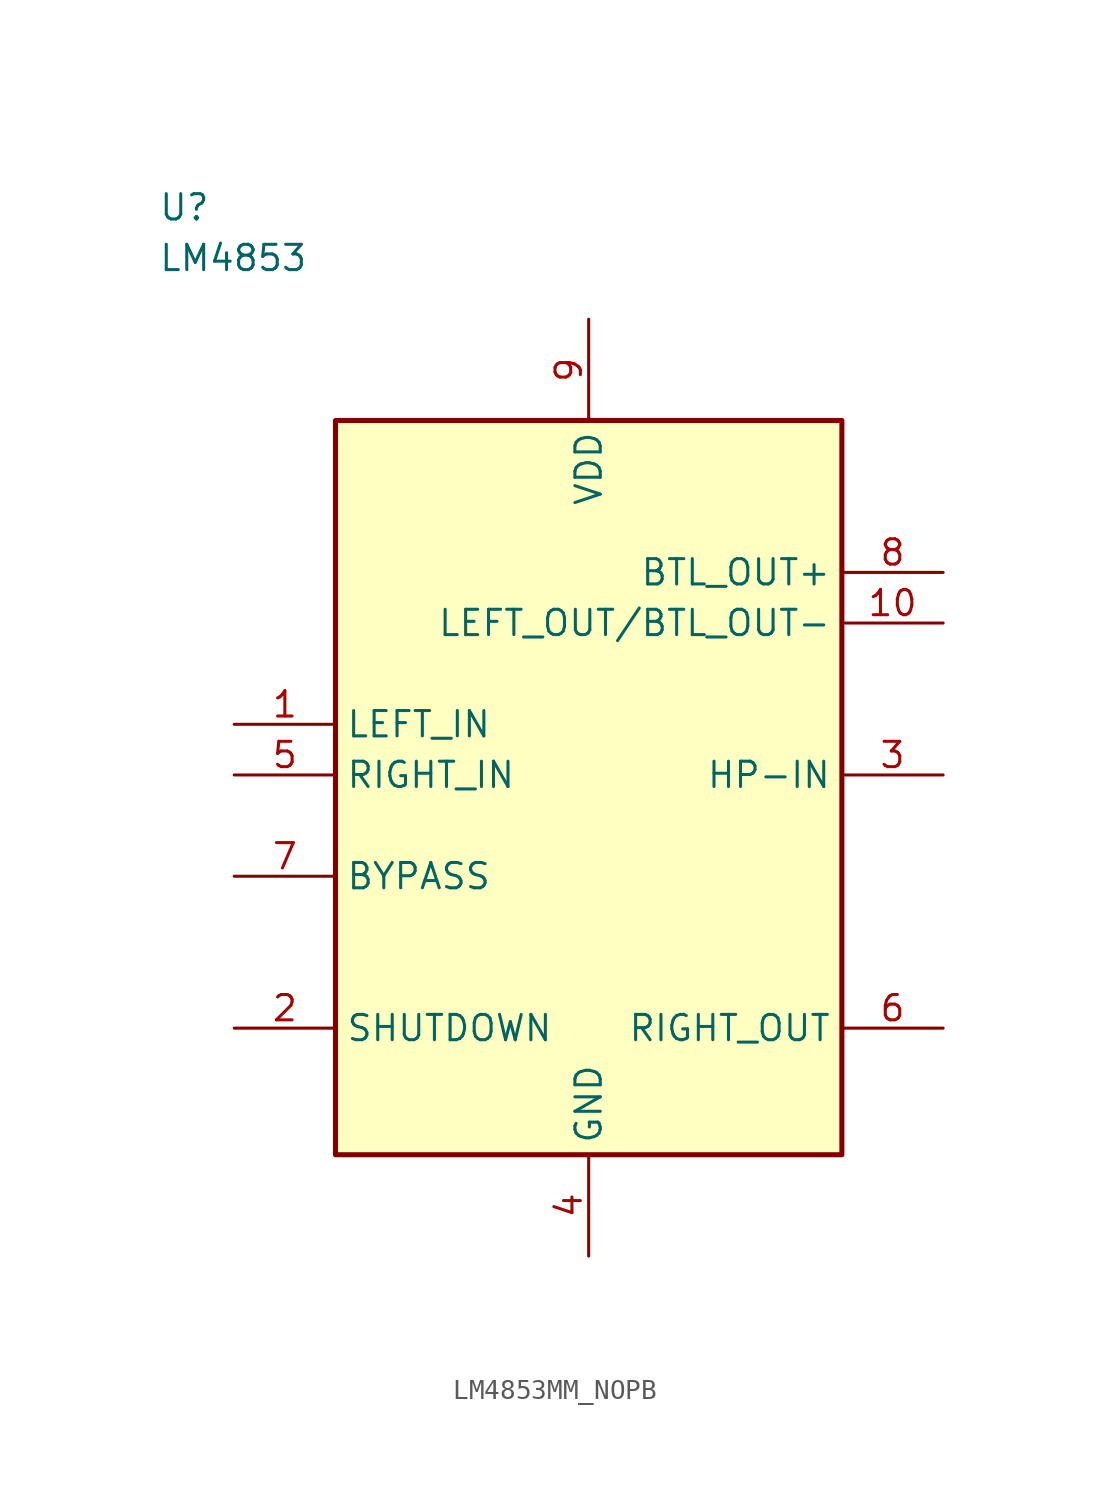
<source format=kicad_sym>
(kicad_symbol_lib
  (version 20241209)
  (generator "kicad_symbol_editor")
  (generator_version "9.0")
  (symbol "LM4853MM_NOPB"
    (property "Reference" "U"
      (at -3.81 13.97 0)
      (effects (font (size 1.27 1.27)) (justify left top)))
    (property "Value" "LM4853"
      (at -3.81 11.43 0)
      (effects (font (size 1.27 1.27)) (justify left top)))
    (symbol "LM4853MM_NOPB_1_1"
      (rectangle (start 5.08 2.54) (end 30.48 -34.29) (stroke (width 0.254) (type default)) (fill (type background)))
      (pin input line (at 0 -12.7 0) (length 5.08) (name "LEFT_IN" (effects (font (size 1.27 1.27)))) (number "1" (effects (font (size 1.27 1.27)))))
      (pin input line (at 0 -15.24 0) (length 5.08) (name "RIGHT_IN" (effects (font (size 1.27 1.27)))) (number "5" (effects (font (size 1.27 1.27)))))
      (pin passive line (at 0 -20.32 0) (length 5.08) (name "BYPASS" (effects (font (size 1.27 1.27)))) (number "7" (effects (font (size 1.27 1.27)))))
      (pin input line (at 0 -27.94 0) (length 5.08) (name "SHUTDOWN" (effects (font (size 1.27 1.27)))) (number "2" (effects (font (size 1.27 1.27)))))
      (pin power_in line (at 17.78 7.62 270) (length 5.08) (name "VDD" (effects (font (size 1.27 1.27)))) (number "9" (effects (font (size 1.27 1.27)))))
      (pin power_in line (at 17.78 -39.37 90) (length 5.08) (name "GND" (effects (font (size 1.27 1.27)))) (number "4" (effects (font (size 1.27 1.27)))))
      (pin output line (at 35.56 -5.08 180) (length 5.08) (name "BTL_OUT+" (effects (font (size 1.27 1.27)))) (number "8" (effects (font (size 1.27 1.27)))))
      (pin output line (at 35.56 -7.62 180) (length 5.08) (name "LEFT_OUT/BTL_OUT-" (effects (font (size 1.27 1.27)))) (number "10" (effects (font (size 1.27 1.27)))))
      (pin input line (at 35.56 -15.24 180) (length 5.08) (name "HP-IN" (effects (font (size 1.27 1.27)))) (number "3" (effects (font (size 1.27 1.27)))))
      (pin output line (at 35.56 -27.94 180) (length 5.08) (name "RIGHT_OUT" (effects (font (size 1.27 1.27)))) (number "6" (effects (font (size 1.27 1.27))))))))
</source>
